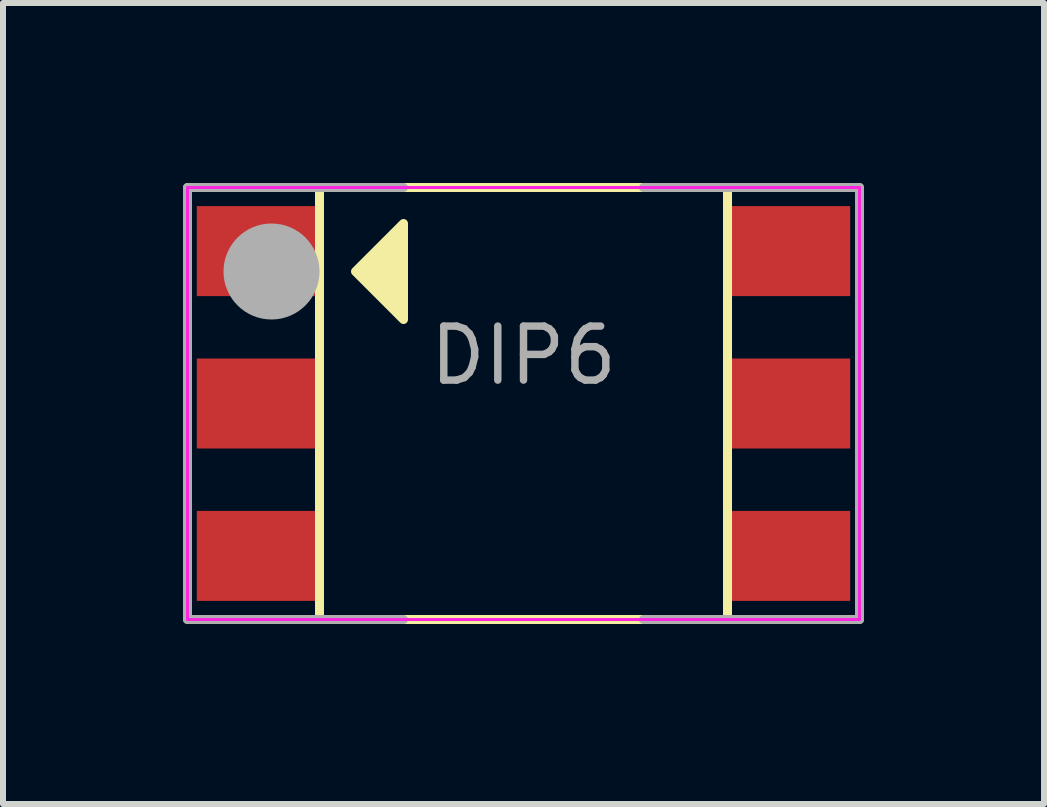
<source format=kicad_pcb>
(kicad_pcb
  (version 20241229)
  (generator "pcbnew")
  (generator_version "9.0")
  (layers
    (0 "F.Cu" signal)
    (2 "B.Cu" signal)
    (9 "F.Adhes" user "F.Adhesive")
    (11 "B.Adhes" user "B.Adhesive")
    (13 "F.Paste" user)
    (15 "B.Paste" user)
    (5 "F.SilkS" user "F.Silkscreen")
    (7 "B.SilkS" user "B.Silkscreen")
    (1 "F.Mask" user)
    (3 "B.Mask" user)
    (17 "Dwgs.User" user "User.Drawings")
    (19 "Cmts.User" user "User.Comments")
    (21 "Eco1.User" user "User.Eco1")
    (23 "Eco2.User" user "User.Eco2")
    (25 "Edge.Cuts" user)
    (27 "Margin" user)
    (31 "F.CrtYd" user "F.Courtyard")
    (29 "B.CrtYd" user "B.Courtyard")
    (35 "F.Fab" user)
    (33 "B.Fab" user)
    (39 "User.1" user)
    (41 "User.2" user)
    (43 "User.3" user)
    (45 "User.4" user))
  (footprint "DIP6"
    (layer "F.Cu")
    (at 5.675 3.675)
    (property "Reference" "DIP6" (at 0 -0.8 180) (layer "F.Fab") (effects (font (size 0.9 0.9) (thickness 0.124))))
    (attr smd)
    (fp_line (start -3.4 -3.6) (end 3.4 -3.6) (stroke (width 0.15) (type solid)) (layer "F.SilkS"))
    (fp_line (start -3.4 3.6) (end -3.4 -3.6) (stroke (width 0.15) (type solid)) (layer "F.SilkS"))
    (fp_line (start -3.4 3.6) (end 3.4 3.6) (stroke (width 0.15) (type solid)) (layer "F.SilkS"))
    (fp_line (start 3.4 3.6) (end 3.4 -3.6) (stroke (width 0.15) (type solid)) (layer "F.SilkS"))
    (fp_poly (pts (xy -2 -1.4) (xy -2.8 -2.2) (xy -2 -3)) (stroke (width 0.15) (type solid)) (fill yes) (layer "F.SilkS"))
    (fp_line (start -5.6 3.6) (end -5.6 -3.6) (stroke (width 0.05) (type solid)) (layer "F.CrtYd"))
    (fp_line (start -5.6 3.6) (end 5.6 3.6) (stroke (width 0.05) (type solid)) (layer "F.CrtYd"))
    (fp_line (start 5.6 -3.6) (end -5.6 -3.6) (stroke (width 0.05) (type solid)) (layer "F.CrtYd"))
    (fp_line (start 5.6 -3.6) (end 5.6 3.6) (stroke (width 0.05) (type solid)) (layer "F.CrtYd"))
    (fp_line (start -5.6 3.6) (end -5.6 -3.6) (stroke (width 0.15) (type solid)) (layer "F.Fab"))
    (fp_line (start -5.6 3.6) (end -2 3.6) (stroke (width 0.15) (type solid)) (layer "F.Fab"))
    (fp_line (start -2 -3.6) (end -5.6 -3.6) (stroke (width 0.15) (type solid)) (layer "F.Fab"))
    (fp_line (start 5.6 -3.6) (end 2 -3.6) (stroke (width 0.15) (type solid)) (layer "F.Fab"))
    (fp_line (start 5.6 3.6) (end 2 3.6) (stroke (width 0.15) (type solid)) (layer "F.Fab"))
    (fp_line (start 5.6 3.6) (end 5.6 -3.6) (stroke (width 0.15) (type solid)) (layer "F.Fab"))
    (fp_circle (center -4.2 -2.2) (end -4.2 -1.8) (stroke (width 0.8) (type solid)) (fill no) (layer "F.Fab"))
    (pad "1" smd rect (at -4.445 -2.54) (size 2 1.5) (layers "F.Cu" "F.Mask" "F.Paste"))
    (pad "2" smd rect (at -4.445 0) (size 2 1.5) (layers "F.Cu" "F.Mask" "F.Paste"))
    (pad "3" smd rect (at -4.445 2.54) (size 2 1.5) (layers "F.Cu" "F.Mask" "F.Paste"))
    (pad "4" smd rect (at 4.445 -2.54) (size 2 1.5) (layers "F.Cu" "F.Mask" "F.Paste"))
    (pad "5" smd rect (at 4.445 0) (size 2 1.5) (layers "F.Cu" "F.Mask" "F.Paste"))
    (pad "6" smd rect (at 4.445 2.54) (size 2 1.5) (layers "F.Cu" "F.Mask" "F.Paste")))
  (gr_rect
    (start -3 -3)
    (end 14.35 10.35)
    (stroke (width 0.1) (type default))
    (fill no)
    (layer "Edge.Cuts")))
</source>
